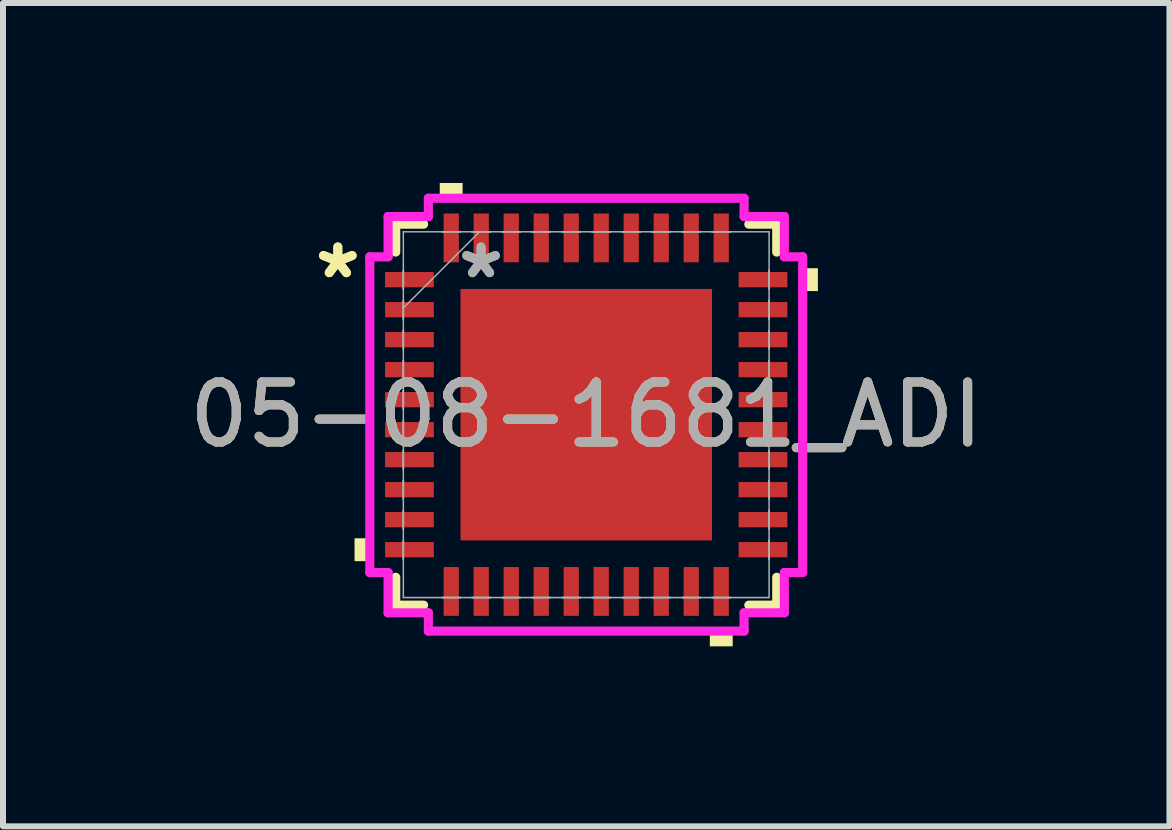
<source format=kicad_pcb>
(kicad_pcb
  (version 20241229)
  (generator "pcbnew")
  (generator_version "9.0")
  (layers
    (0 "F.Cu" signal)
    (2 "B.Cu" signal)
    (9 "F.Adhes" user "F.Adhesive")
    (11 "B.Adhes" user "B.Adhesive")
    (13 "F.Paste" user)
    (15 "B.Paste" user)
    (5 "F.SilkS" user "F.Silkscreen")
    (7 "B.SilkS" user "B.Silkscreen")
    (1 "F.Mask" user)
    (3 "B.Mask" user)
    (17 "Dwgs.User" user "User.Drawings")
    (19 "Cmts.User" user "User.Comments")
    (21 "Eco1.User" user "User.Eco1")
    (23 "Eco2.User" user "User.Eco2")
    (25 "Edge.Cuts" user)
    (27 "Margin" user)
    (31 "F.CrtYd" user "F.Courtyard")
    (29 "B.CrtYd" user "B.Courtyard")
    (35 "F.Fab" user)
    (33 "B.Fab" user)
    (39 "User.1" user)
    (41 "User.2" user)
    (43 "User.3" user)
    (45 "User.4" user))
  (footprint "05-08-1681_ADI"
    (layer "F.Cu")
    (at 6.72 3.861)
    (property "Reference" "05-08-1681_ADI" (at 0 0 0) (unlocked yes) (layer "F.SilkS") (effects (font (size 1 1) (thickness 0.15))))
    (attr smd)
    (fp_line (start -3.175 -3.175) (end -3.175 -2.71) (stroke (width 0.152) (type solid)) (layer "F.SilkS"))
    (fp_line (start -3.175 2.71) (end -3.175 3.175) (stroke (width 0.152) (type solid)) (layer "F.SilkS"))
    (fp_line (start -3.175 3.175) (end -2.71 3.175) (stroke (width 0.152) (type solid)) (layer "F.SilkS"))
    (fp_line (start -2.71 -3.175) (end -3.175 -3.175) (stroke (width 0.152) (type solid)) (layer "F.SilkS"))
    (fp_line (start 2.71 3.175) (end 3.175 3.175) (stroke (width 0.152) (type solid)) (layer "F.SilkS"))
    (fp_line (start 3.175 -3.175) (end 2.71 -3.175) (stroke (width 0.152) (type solid)) (layer "F.SilkS"))
    (fp_line (start 3.175 -2.71) (end 3.175 -3.175) (stroke (width 0.152) (type solid)) (layer "F.SilkS"))
    (fp_line (start 3.175 3.175) (end 3.175 2.71) (stroke (width 0.152) (type solid)) (layer "F.SilkS"))
    (fp_poly (pts (xy -3.861 2.06) (xy -3.861 2.441) (xy -3.607 2.441) (xy -3.607 2.06)) (stroke (width 0) (type solid)) (fill yes) (layer "F.SilkS"))
    (fp_poly (pts (xy -2.441 -3.607) (xy -2.441 -3.861) (xy -2.06 -3.861) (xy -2.06 -3.607)) (stroke (width 0) (type solid)) (fill yes) (layer "F.SilkS"))
    (fp_poly (pts (xy 2.06 3.607) (xy 2.06 3.861) (xy 2.441 3.861) (xy 2.441 3.607)) (stroke (width 0) (type solid)) (fill yes) (layer "F.SilkS"))
    (fp_poly (pts (xy 3.861 -2.441) (xy 3.861 -2.06) (xy 3.607 -2.06) (xy 3.607 -2.441)) (stroke (width 0) (type solid)) (fill yes) (layer "F.SilkS"))
    (fp_line (start -3.607 -2.631) (end -3.302 -2.631) (stroke (width 0.152) (type solid)) (layer "F.CrtYd"))
    (fp_line (start -3.607 2.631) (end -3.607 -2.631) (stroke (width 0.152) (type solid)) (layer "F.CrtYd"))
    (fp_line (start -3.302 -3.302) (end -2.631 -3.302) (stroke (width 0.152) (type solid)) (layer "F.CrtYd"))
    (fp_line (start -3.302 -2.631) (end -3.302 -3.302) (stroke (width 0.152) (type solid)) (layer "F.CrtYd"))
    (fp_line (start -3.302 2.631) (end -3.607 2.631) (stroke (width 0.152) (type solid)) (layer "F.CrtYd"))
    (fp_line (start -3.302 3.302) (end -3.302 2.631) (stroke (width 0.152) (type solid)) (layer "F.CrtYd"))
    (fp_line (start -2.631 -3.607) (end 2.631 -3.607) (stroke (width 0.152) (type solid)) (layer "F.CrtYd"))
    (fp_line (start -2.631 -3.302) (end -2.631 -3.607) (stroke (width 0.152) (type solid)) (layer "F.CrtYd"))
    (fp_line (start -2.631 3.302) (end -3.302 3.302) (stroke (width 0.152) (type solid)) (layer "F.CrtYd"))
    (fp_line (start -2.631 3.607) (end -2.631 3.302) (stroke (width 0.152) (type solid)) (layer "F.CrtYd"))
    (fp_line (start 2.631 -3.607) (end 2.631 -3.302) (stroke (width 0.152) (type solid)) (layer "F.CrtYd"))
    (fp_line (start 2.631 -3.302) (end 3.302 -3.302) (stroke (width 0.152) (type solid)) (layer "F.CrtYd"))
    (fp_line (start 2.631 3.302) (end 2.631 3.607) (stroke (width 0.152) (type solid)) (layer "F.CrtYd"))
    (fp_line (start 2.631 3.607) (end -2.631 3.607) (stroke (width 0.152) (type solid)) (layer "F.CrtYd"))
    (fp_line (start 3.302 -3.302) (end 3.302 -2.631) (stroke (width 0.152) (type solid)) (layer "F.CrtYd"))
    (fp_line (start 3.302 -2.631) (end 3.607 -2.631) (stroke (width 0.152) (type solid)) (layer "F.CrtYd"))
    (fp_line (start 3.302 2.631) (end 3.302 3.302) (stroke (width 0.152) (type solid)) (layer "F.CrtYd"))
    (fp_line (start 3.302 3.302) (end 2.631 3.302) (stroke (width 0.152) (type solid)) (layer "F.CrtYd"))
    (fp_line (start 3.607 -2.631) (end 3.607 2.631) (stroke (width 0.152) (type solid)) (layer "F.CrtYd"))
    (fp_line (start 3.607 2.631) (end 3.302 2.631) (stroke (width 0.152) (type solid)) (layer "F.CrtYd"))
    (fp_line (start -3.048 -3.048) (end -3.048 3.048) (stroke (width 0.025) (type solid)) (layer "F.Fab"))
    (fp_line (start -3.048 -2.402) (end -3.048 -2.402) (stroke (width 0.025) (type solid)) (layer "F.Fab"))
    (fp_line (start -3.048 -2.402) (end -3.048 -2.098) (stroke (width 0.025) (type solid)) (layer "F.Fab"))
    (fp_line (start -3.048 -2.098) (end -3.048 -2.402) (stroke (width 0.025) (type solid)) (layer "F.Fab"))
    (fp_line (start -3.048 -2.098) (end -3.048 -2.098) (stroke (width 0.025) (type solid)) (layer "F.Fab"))
    (fp_line (start -3.048 -1.902) (end -3.048 -1.902) (stroke (width 0.025) (type solid)) (layer "F.Fab"))
    (fp_line (start -3.048 -1.902) (end -3.048 -1.598) (stroke (width 0.025) (type solid)) (layer "F.Fab"))
    (fp_line (start -3.048 -1.778) (end -1.778 -3.048) (stroke (width 0.025) (type solid)) (layer "F.Fab"))
    (fp_line (start -3.048 -1.598) (end -3.048 -1.902) (stroke (width 0.025) (type solid)) (layer "F.Fab"))
    (fp_line (start -3.048 -1.598) (end -3.048 -1.598) (stroke (width 0.025) (type solid)) (layer "F.Fab"))
    (fp_line (start -3.048 -1.402) (end -3.048 -1.402) (stroke (width 0.025) (type solid)) (layer "F.Fab"))
    (fp_line (start -3.048 -1.402) (end -3.048 -1.098) (stroke (width 0.025) (type solid)) (layer "F.Fab"))
    (fp_line (start -3.048 -1.098) (end -3.048 -1.402) (stroke (width 0.025) (type solid)) (layer "F.Fab"))
    (fp_line (start -3.048 -1.098) (end -3.048 -1.098) (stroke (width 0.025) (type solid)) (layer "F.Fab"))
    (fp_line (start -3.048 -0.902) (end -3.048 -0.902) (stroke (width 0.025) (type solid)) (layer "F.Fab"))
    (fp_line (start -3.048 -0.902) (end -3.048 -0.598) (stroke (width 0.025) (type solid)) (layer "F.Fab"))
    (fp_line (start -3.048 -0.598) (end -3.048 -0.902) (stroke (width 0.025) (type solid)) (layer "F.Fab"))
    (fp_line (start -3.048 -0.598) (end -3.048 -0.598) (stroke (width 0.025) (type solid)) (layer "F.Fab"))
    (fp_line (start -3.048 -0.402) (end -3.048 -0.402) (stroke (width 0.025) (type solid)) (layer "F.Fab"))
    (fp_line (start -3.048 -0.402) (end -3.048 -0.098) (stroke (width 0.025) (type solid)) (layer "F.Fab"))
    (fp_line (start -3.048 -0.098) (end -3.048 -0.402) (stroke (width 0.025) (type solid)) (layer "F.Fab"))
    (fp_line (start -3.048 -0.098) (end -3.048 -0.098) (stroke (width 0.025) (type solid)) (layer "F.Fab"))
    (fp_line (start -3.048 0.098) (end -3.048 0.098) (stroke (width 0.025) (type solid)) (layer "F.Fab"))
    (fp_line (start -3.048 0.098) (end -3.048 0.402) (stroke (width 0.025) (type solid)) (layer "F.Fab"))
    (fp_line (start -3.048 0.402) (end -3.048 0.098) (stroke (width 0.025) (type solid)) (layer "F.Fab"))
    (fp_line (start -3.048 0.402) (end -3.048 0.402) (stroke (width 0.025) (type solid)) (layer "F.Fab"))
    (fp_line (start -3.048 0.598) (end -3.048 0.598) (stroke (width 0.025) (type solid)) (layer "F.Fab"))
    (fp_line (start -3.048 0.598) (end -3.048 0.902) (stroke (width 0.025) (type solid)) (layer "F.Fab"))
    (fp_line (start -3.048 0.902) (end -3.048 0.598) (stroke (width 0.025) (type solid)) (layer "F.Fab"))
    (fp_line (start -3.048 0.902) (end -3.048 0.902) (stroke (width 0.025) (type solid)) (layer "F.Fab"))
    (fp_line (start -3.048 1.098) (end -3.048 1.098) (stroke (width 0.025) (type solid)) (layer "F.Fab"))
    (fp_line (start -3.048 1.098) (end -3.048 1.402) (stroke (width 0.025) (type solid)) (layer "F.Fab"))
    (fp_line (start -3.048 1.402) (end -3.048 1.098) (stroke (width 0.025) (type solid)) (layer "F.Fab"))
    (fp_line (start -3.048 1.402) (end -3.048 1.402) (stroke (width 0.025) (type solid)) (layer "F.Fab"))
    (fp_line (start -3.048 1.598) (end -3.048 1.598) (stroke (width 0.025) (type solid)) (layer "F.Fab"))
    (fp_line (start -3.048 1.598) (end -3.048 1.902) (stroke (width 0.025) (type solid)) (layer "F.Fab"))
    (fp_line (start -3.048 1.902) (end -3.048 1.598) (stroke (width 0.025) (type solid)) (layer "F.Fab"))
    (fp_line (start -3.048 1.902) (end -3.048 1.902) (stroke (width 0.025) (type solid)) (layer "F.Fab"))
    (fp_line (start -3.048 2.098) (end -3.048 2.098) (stroke (width 0.025) (type solid)) (layer "F.Fab"))
    (fp_line (start -3.048 2.098) (end -3.048 2.402) (stroke (width 0.025) (type solid)) (layer "F.Fab"))
    (fp_line (start -3.048 2.402) (end -3.048 2.098) (stroke (width 0.025) (type solid)) (layer "F.Fab"))
    (fp_line (start -3.048 2.402) (end -3.048 2.402) (stroke (width 0.025) (type solid)) (layer "F.Fab"))
    (fp_line (start -3.048 3.048) (end 3.048 3.048) (stroke (width 0.025) (type solid)) (layer "F.Fab"))
    (fp_line (start -2.402 -3.048) (end -2.402 -3.048) (stroke (width 0.025) (type solid)) (layer "F.Fab"))
    (fp_line (start -2.402 -3.048) (end -2.098 -3.048) (stroke (width 0.025) (type solid)) (layer "F.Fab"))
    (fp_line (start -2.402 3.048) (end -2.402 3.048) (stroke (width 0.025) (type solid)) (layer "F.Fab"))
    (fp_line (start -2.402 3.048) (end -2.098 3.048) (stroke (width 0.025) (type solid)) (layer "F.Fab"))
    (fp_line (start -2.098 -3.048) (end -2.402 -3.048) (stroke (width 0.025) (type solid)) (layer "F.Fab"))
    (fp_line (start -2.098 -3.048) (end -2.098 -3.048) (stroke (width 0.025) (type solid)) (layer "F.Fab"))
    (fp_line (start -2.098 3.048) (end -2.402 3.048) (stroke (width 0.025) (type solid)) (layer "F.Fab"))
    (fp_line (start -2.098 3.048) (end -2.098 3.048) (stroke (width 0.025) (type solid)) (layer "F.Fab"))
    (fp_line (start -1.902 -3.048) (end -1.902 -3.048) (stroke (width 0.025) (type solid)) (layer "F.Fab"))
    (fp_line (start -1.902 -3.048) (end -1.598 -3.048) (stroke (width 0.025) (type solid)) (layer "F.Fab"))
    (fp_line (start -1.902 3.048) (end -1.902 3.048) (stroke (width 0.025) (type solid)) (layer "F.Fab"))
    (fp_line (start -1.902 3.048) (end -1.598 3.048) (stroke (width 0.025) (type solid)) (layer "F.Fab"))
    (fp_line (start -1.598 -3.048) (end -1.902 -3.048) (stroke (width 0.025) (type solid)) (layer "F.Fab"))
    (fp_line (start -1.598 -3.048) (end -1.598 -3.048) (stroke (width 0.025) (type solid)) (layer "F.Fab"))
    (fp_line (start -1.598 3.048) (end -1.902 3.048) (stroke (width 0.025) (type solid)) (layer "F.Fab"))
    (fp_line (start -1.598 3.048) (end -1.598 3.048) (stroke (width 0.025) (type solid)) (layer "F.Fab"))
    (fp_line (start -1.402 -3.048) (end -1.402 -3.048) (stroke (width 0.025) (type solid)) (layer "F.Fab"))
    (fp_line (start -1.402 -3.048) (end -1.098 -3.048) (stroke (width 0.025) (type solid)) (layer "F.Fab"))
    (fp_line (start -1.402 3.048) (end -1.402 3.048) (stroke (width 0.025) (type solid)) (layer "F.Fab"))
    (fp_line (start -1.402 3.048) (end -1.098 3.048) (stroke (width 0.025) (type solid)) (layer "F.Fab"))
    (fp_line (start -1.098 -3.048) (end -1.402 -3.048) (stroke (width 0.025) (type solid)) (layer "F.Fab"))
    (fp_line (start -1.098 -3.048) (end -1.098 -3.048) (stroke (width 0.025) (type solid)) (layer "F.Fab"))
    (fp_line (start -1.098 3.048) (end -1.402 3.048) (stroke (width 0.025) (type solid)) (layer "F.Fab"))
    (fp_line (start -1.098 3.048) (end -1.098 3.048) (stroke (width 0.025) (type solid)) (layer "F.Fab"))
    (fp_line (start -0.902 -3.048) (end -0.902 -3.048) (stroke (width 0.025) (type solid)) (layer "F.Fab"))
    (fp_line (start -0.902 -3.048) (end -0.598 -3.048) (stroke (width 0.025) (type solid)) (layer "F.Fab"))
    (fp_line (start -0.902 3.048) (end -0.902 3.048) (stroke (width 0.025) (type solid)) (layer "F.Fab"))
    (fp_line (start -0.902 3.048) (end -0.598 3.048) (stroke (width 0.025) (type solid)) (layer "F.Fab"))
    (fp_line (start -0.598 -3.048) (end -0.902 -3.048) (stroke (width 0.025) (type solid)) (layer "F.Fab"))
    (fp_line (start -0.598 -3.048) (end -0.598 -3.048) (stroke (width 0.025) (type solid)) (layer "F.Fab"))
    (fp_line (start -0.598 3.048) (end -0.902 3.048) (stroke (width 0.025) (type solid)) (layer "F.Fab"))
    (fp_line (start -0.598 3.048) (end -0.598 3.048) (stroke (width 0.025) (type solid)) (layer "F.Fab"))
    (fp_line (start -0.402 -3.048) (end -0.402 -3.048) (stroke (width 0.025) (type solid)) (layer "F.Fab"))
    (fp_line (start -0.402 -3.048) (end -0.098 -3.048) (stroke (width 0.025) (type solid)) (layer "F.Fab"))
    (fp_line (start -0.402 3.048) (end -0.402 3.048) (stroke (width 0.025) (type solid)) (layer "F.Fab"))
    (fp_line (start -0.402 3.048) (end -0.098 3.048) (stroke (width 0.025) (type solid)) (layer "F.Fab"))
    (fp_line (start -0.098 -3.048) (end -0.402 -3.048) (stroke (width 0.025) (type solid)) (layer "F.Fab"))
    (fp_line (start -0.098 -3.048) (end -0.098 -3.048) (stroke (width 0.025) (type solid)) (layer "F.Fab"))
    (fp_line (start -0.098 3.048) (end -0.402 3.048) (stroke (width 0.025) (type solid)) (layer "F.Fab"))
    (fp_line (start -0.098 3.048) (end -0.098 3.048) (stroke (width 0.025) (type solid)) (layer "F.Fab"))
    (fp_line (start 0.098 -3.048) (end 0.098 -3.048) (stroke (width 0.025) (type solid)) (layer "F.Fab"))
    (fp_line (start 0.098 -3.048) (end 0.402 -3.048) (stroke (width 0.025) (type solid)) (layer "F.Fab"))
    (fp_line (start 0.098 3.048) (end 0.098 3.048) (stroke (width 0.025) (type solid)) (layer "F.Fab"))
    (fp_line (start 0.098 3.048) (end 0.402 3.048) (stroke (width 0.025) (type solid)) (layer "F.Fab"))
    (fp_line (start 0.402 -3.048) (end 0.098 -3.048) (stroke (width 0.025) (type solid)) (layer "F.Fab"))
    (fp_line (start 0.402 -3.048) (end 0.402 -3.048) (stroke (width 0.025) (type solid)) (layer "F.Fab"))
    (fp_line (start 0.402 3.048) (end 0.098 3.048) (stroke (width 0.025) (type solid)) (layer "F.Fab"))
    (fp_line (start 0.402 3.048) (end 0.402 3.048) (stroke (width 0.025) (type solid)) (layer "F.Fab"))
    (fp_line (start 0.598 -3.048) (end 0.598 -3.048) (stroke (width 0.025) (type solid)) (layer "F.Fab"))
    (fp_line (start 0.598 -3.048) (end 0.902 -3.048) (stroke (width 0.025) (type solid)) (layer "F.Fab"))
    (fp_line (start 0.598 3.048) (end 0.598 3.048) (stroke (width 0.025) (type solid)) (layer "F.Fab"))
    (fp_line (start 0.598 3.048) (end 0.902 3.048) (stroke (width 0.025) (type solid)) (layer "F.Fab"))
    (fp_line (start 0.902 -3.048) (end 0.598 -3.048) (stroke (width 0.025) (type solid)) (layer "F.Fab"))
    (fp_line (start 0.902 -3.048) (end 0.902 -3.048) (stroke (width 0.025) (type solid)) (layer "F.Fab"))
    (fp_line (start 0.902 3.048) (end 0.598 3.048) (stroke (width 0.025) (type solid)) (layer "F.Fab"))
    (fp_line (start 0.902 3.048) (end 0.902 3.048) (stroke (width 0.025) (type solid)) (layer "F.Fab"))
    (fp_line (start 1.098 -3.048) (end 1.098 -3.048) (stroke (width 0.025) (type solid)) (layer "F.Fab"))
    (fp_line (start 1.098 -3.048) (end 1.402 -3.048) (stroke (width 0.025) (type solid)) (layer "F.Fab"))
    (fp_line (start 1.098 3.048) (end 1.098 3.048) (stroke (width 0.025) (type solid)) (layer "F.Fab"))
    (fp_line (start 1.098 3.048) (end 1.402 3.048) (stroke (width 0.025) (type solid)) (layer "F.Fab"))
    (fp_line (start 1.402 -3.048) (end 1.098 -3.048) (stroke (width 0.025) (type solid)) (layer "F.Fab"))
    (fp_line (start 1.402 -3.048) (end 1.402 -3.048) (stroke (width 0.025) (type solid)) (layer "F.Fab"))
    (fp_line (start 1.402 3.048) (end 1.098 3.048) (stroke (width 0.025) (type solid)) (layer "F.Fab"))
    (fp_line (start 1.402 3.048) (end 1.402 3.048) (stroke (width 0.025) (type solid)) (layer "F.Fab"))
    (fp_line (start 1.598 -3.048) (end 1.598 -3.048) (stroke (width 0.025) (type solid)) (layer "F.Fab"))
    (fp_line (start 1.598 -3.048) (end 1.902 -3.048) (stroke (width 0.025) (type solid)) (layer "F.Fab"))
    (fp_line (start 1.598 3.048) (end 1.598 3.048) (stroke (width 0.025) (type solid)) (layer "F.Fab"))
    (fp_line (start 1.598 3.048) (end 1.902 3.048) (stroke (width 0.025) (type solid)) (layer "F.Fab"))
    (fp_line (start 1.902 -3.048) (end 1.598 -3.048) (stroke (width 0.025) (type solid)) (layer "F.Fab"))
    (fp_line (start 1.902 -3.048) (end 1.902 -3.048) (stroke (width 0.025) (type solid)) (layer "F.Fab"))
    (fp_line (start 1.902 3.048) (end 1.598 3.048) (stroke (width 0.025) (type solid)) (layer "F.Fab"))
    (fp_line (start 1.902 3.048) (end 1.902 3.048) (stroke (width 0.025) (type solid)) (layer "F.Fab"))
    (fp_line (start 2.098 -3.048) (end 2.098 -3.048) (stroke (width 0.025) (type solid)) (layer "F.Fab"))
    (fp_line (start 2.098 -3.048) (end 2.402 -3.048) (stroke (width 0.025) (type solid)) (layer "F.Fab"))
    (fp_line (start 2.098 3.048) (end 2.098 3.048) (stroke (width 0.025) (type solid)) (layer "F.Fab"))
    (fp_line (start 2.098 3.048) (end 2.402 3.048) (stroke (width 0.025) (type solid)) (layer "F.Fab"))
    (fp_line (start 2.402 -3.048) (end 2.098 -3.048) (stroke (width 0.025) (type solid)) (layer "F.Fab"))
    (fp_line (start 2.402 -3.048) (end 2.402 -3.048) (stroke (width 0.025) (type solid)) (layer "F.Fab"))
    (fp_line (start 2.402 3.048) (end 2.098 3.048) (stroke (width 0.025) (type solid)) (layer "F.Fab"))
    (fp_line (start 2.402 3.048) (end 2.402 3.048) (stroke (width 0.025) (type solid)) (layer "F.Fab"))
    (fp_line (start 3.048 -3.048) (end -3.048 -3.048) (stroke (width 0.025) (type solid)) (layer "F.Fab"))
    (fp_line (start 3.048 -2.402) (end 3.048 -2.402) (stroke (width 0.025) (type solid)) (layer "F.Fab"))
    (fp_line (start 3.048 -2.402) (end 3.048 -2.098) (stroke (width 0.025) (type solid)) (layer "F.Fab"))
    (fp_line (start 3.048 -2.098) (end 3.048 -2.402) (stroke (width 0.025) (type solid)) (layer "F.Fab"))
    (fp_line (start 3.048 -2.098) (end 3.048 -2.098) (stroke (width 0.025) (type solid)) (layer "F.Fab"))
    (fp_line (start 3.048 -1.902) (end 3.048 -1.902) (stroke (width 0.025) (type solid)) (layer "F.Fab"))
    (fp_line (start 3.048 -1.902) (end 3.048 -1.598) (stroke (width 0.025) (type solid)) (layer "F.Fab"))
    (fp_line (start 3.048 -1.598) (end 3.048 -1.902) (stroke (width 0.025) (type solid)) (layer "F.Fab"))
    (fp_line (start 3.048 -1.598) (end 3.048 -1.598) (stroke (width 0.025) (type solid)) (layer "F.Fab"))
    (fp_line (start 3.048 -1.402) (end 3.048 -1.402) (stroke (width 0.025) (type solid)) (layer "F.Fab"))
    (fp_line (start 3.048 -1.402) (end 3.048 -1.098) (stroke (width 0.025) (type solid)) (layer "F.Fab"))
    (fp_line (start 3.048 -1.098) (end 3.048 -1.402) (stroke (width 0.025) (type solid)) (layer "F.Fab"))
    (fp_line (start 3.048 -1.098) (end 3.048 -1.098) (stroke (width 0.025) (type solid)) (layer "F.Fab"))
    (fp_line (start 3.048 -0.902) (end 3.048 -0.902) (stroke (width 0.025) (type solid)) (layer "F.Fab"))
    (fp_line (start 3.048 -0.902) (end 3.048 -0.598) (stroke (width 0.025) (type solid)) (layer "F.Fab"))
    (fp_line (start 3.048 -0.598) (end 3.048 -0.902) (stroke (width 0.025) (type solid)) (layer "F.Fab"))
    (fp_line (start 3.048 -0.598) (end 3.048 -0.598) (stroke (width 0.025) (type solid)) (layer "F.Fab"))
    (fp_line (start 3.048 -0.402) (end 3.048 -0.402) (stroke (width 0.025) (type solid)) (layer "F.Fab"))
    (fp_line (start 3.048 -0.402) (end 3.048 -0.098) (stroke (width 0.025) (type solid)) (layer "F.Fab"))
    (fp_line (start 3.048 -0.098) (end 3.048 -0.402) (stroke (width 0.025) (type solid)) (layer "F.Fab"))
    (fp_line (start 3.048 -0.098) (end 3.048 -0.098) (stroke (width 0.025) (type solid)) (layer "F.Fab"))
    (fp_line (start 3.048 0.098) (end 3.048 0.098) (stroke (width 0.025) (type solid)) (layer "F.Fab"))
    (fp_line (start 3.048 0.098) (end 3.048 0.402) (stroke (width 0.025) (type solid)) (layer "F.Fab"))
    (fp_line (start 3.048 0.402) (end 3.048 0.098) (stroke (width 0.025) (type solid)) (layer "F.Fab"))
    (fp_line (start 3.048 0.402) (end 3.048 0.402) (stroke (width 0.025) (type solid)) (layer "F.Fab"))
    (fp_line (start 3.048 0.598) (end 3.048 0.598) (stroke (width 0.025) (type solid)) (layer "F.Fab"))
    (fp_line (start 3.048 0.598) (end 3.048 0.902) (stroke (width 0.025) (type solid)) (layer "F.Fab"))
    (fp_line (start 3.048 0.902) (end 3.048 0.598) (stroke (width 0.025) (type solid)) (layer "F.Fab"))
    (fp_line (start 3.048 0.902) (end 3.048 0.902) (stroke (width 0.025) (type solid)) (layer "F.Fab"))
    (fp_line (start 3.048 1.098) (end 3.048 1.098) (stroke (width 0.025) (type solid)) (layer "F.Fab"))
    (fp_line (start 3.048 1.098) (end 3.048 1.402) (stroke (width 0.025) (type solid)) (layer "F.Fab"))
    (fp_line (start 3.048 1.402) (end 3.048 1.098) (stroke (width 0.025) (type solid)) (layer "F.Fab"))
    (fp_line (start 3.048 1.402) (end 3.048 1.402) (stroke (width 0.025) (type solid)) (layer "F.Fab"))
    (fp_line (start 3.048 1.598) (end 3.048 1.598) (stroke (width 0.025) (type solid)) (layer "F.Fab"))
    (fp_line (start 3.048 1.598) (end 3.048 1.902) (stroke (width 0.025) (type solid)) (layer "F.Fab"))
    (fp_line (start 3.048 1.902) (end 3.048 1.598) (stroke (width 0.025) (type solid)) (layer "F.Fab"))
    (fp_line (start 3.048 1.902) (end 3.048 1.902) (stroke (width 0.025) (type solid)) (layer "F.Fab"))
    (fp_line (start 3.048 2.098) (end 3.048 2.098) (stroke (width 0.025) (type solid)) (layer "F.Fab"))
    (fp_line (start 3.048 2.098) (end 3.048 2.402) (stroke (width 0.025) (type solid)) (layer "F.Fab"))
    (fp_line (start 3.048 2.402) (end 3.048 2.098) (stroke (width 0.025) (type solid)) (layer "F.Fab"))
    (fp_line (start 3.048 2.402) (end 3.048 2.402) (stroke (width 0.025) (type solid)) (layer "F.Fab"))
    (fp_line (start 3.048 3.048) (end 3.048 -3.048) (stroke (width 0.025) (type solid)) (layer "F.Fab"))
    (fp_text user "*" (at -4.14 -2.25 0) (layer "F.SilkS") (effects (font (size 1 1) (thickness 0.15))))
    (fp_text user "*" (at -4.14 -2.25 0) (unlocked yes) (layer "F.SilkS") (effects (font (size 1 1) (thickness 0.15))))
    (fp_text user "*" (at -1.753 -2.25 0) (layer "F.Fab") (effects (font (size 1 1) (thickness 0.15))))
    (fp_text user "*" (at -1.753 -2.25 0) (unlocked yes) (layer "F.Fab") (effects (font (size 1 1) (thickness 0.15))))
    (fp_text user "${REFERENCE}" (at 0 0 0) (unlocked yes) (layer "F.Fab") (effects (font (size 1 1) (thickness 0.15))))
    (pad "1" smd rect (at -2.946 -2.25 90) (size 0.254 0.813) (layers "F.Cu" "F.Mask" "F.Paste"))
    (pad "2" smd rect (at -2.946 -1.75 90) (size 0.254 0.813) (layers "F.Cu" "F.Mask" "F.Paste"))
    (pad "3" smd rect (at -2.946 -1.25 90) (size 0.254 0.813) (layers "F.Cu" "F.Mask" "F.Paste"))
    (pad "4" smd rect (at -2.946 -0.75 90) (size 0.254 0.813) (layers "F.Cu" "F.Mask" "F.Paste"))
    (pad "5" smd rect (at -2.946 -0.25 90) (size 0.254 0.813) (layers "F.Cu" "F.Mask" "F.Paste"))
    (pad "6" smd rect (at -2.946 0.25 90) (size 0.254 0.813) (layers "F.Cu" "F.Mask" "F.Paste"))
    (pad "7" smd rect (at -2.946 0.75 90) (size 0.254 0.813) (layers "F.Cu" "F.Mask" "F.Paste"))
    (pad "8" smd rect (at -2.946 1.25 90) (size 0.254 0.813) (layers "F.Cu" "F.Mask" "F.Paste"))
    (pad "9" smd rect (at -2.946 1.75 90) (size 0.254 0.813) (layers "F.Cu" "F.Mask" "F.Paste"))
    (pad "10" smd rect (at -2.946 2.25 90) (size 0.254 0.813) (layers "F.Cu" "F.Mask" "F.Paste"))
    (pad "11" smd rect (at -2.25 2.946) (size 0.254 0.813) (layers "F.Cu" "F.Mask" "F.Paste"))
    (pad "12" smd rect (at -1.75 2.946) (size 0.254 0.813) (layers "F.Cu" "F.Mask" "F.Paste"))
    (pad "13" smd rect (at -1.25 2.946) (size 0.254 0.813) (layers "F.Cu" "F.Mask" "F.Paste"))
    (pad "14" smd rect (at -0.75 2.946) (size 0.254 0.813) (layers "F.Cu" "F.Mask" "F.Paste"))
    (pad "15" smd rect (at -0.25 2.946) (size 0.254 0.813) (layers "F.Cu" "F.Mask" "F.Paste"))
    (pad "16" smd rect (at 0.25 2.946) (size 0.254 0.813) (layers "F.Cu" "F.Mask" "F.Paste"))
    (pad "17" smd rect (at 0.75 2.946) (size 0.254 0.813) (layers "F.Cu" "F.Mask" "F.Paste"))
    (pad "18" smd rect (at 1.25 2.946) (size 0.254 0.813) (layers "F.Cu" "F.Mask" "F.Paste"))
    (pad "19" smd rect (at 1.75 2.946) (size 0.254 0.813) (layers "F.Cu" "F.Mask" "F.Paste"))
    (pad "20" smd rect (at 2.25 2.946) (size 0.254 0.813) (layers "F.Cu" "F.Mask" "F.Paste"))
    (pad "21" smd rect (at 2.946 2.25 90) (size 0.254 0.813) (layers "F.Cu" "F.Mask" "F.Paste"))
    (pad "22" smd rect (at 2.946 1.75 90) (size 0.254 0.813) (layers "F.Cu" "F.Mask" "F.Paste"))
    (pad "23" smd rect (at 2.946 1.25 90) (size 0.254 0.813) (layers "F.Cu" "F.Mask" "F.Paste"))
    (pad "24" smd rect (at 2.946 0.75 90) (size 0.254 0.813) (layers "F.Cu" "F.Mask" "F.Paste"))
    (pad "25" smd rect (at 2.946 0.25 90) (size 0.254 0.813) (layers "F.Cu" "F.Mask" "F.Paste"))
    (pad "26" smd rect (at 2.946 -0.25 90) (size 0.254 0.813) (layers "F.Cu" "F.Mask" "F.Paste"))
    (pad "27" smd rect (at 2.946 -0.75 90) (size 0.254 0.813) (layers "F.Cu" "F.Mask" "F.Paste"))
    (pad "28" smd rect (at 2.946 -1.25 90) (size 0.254 0.813) (layers "F.Cu" "F.Mask" "F.Paste"))
    (pad "29" smd rect (at 2.946 -1.75 90) (size 0.254 0.813) (layers "F.Cu" "F.Mask" "F.Paste"))
    (pad "30" smd rect (at 2.946 -2.25 90) (size 0.254 0.813) (layers "F.Cu" "F.Mask" "F.Paste"))
    (pad "31" smd rect (at 2.25 -2.946) (size 0.254 0.813) (layers "F.Cu" "F.Mask" "F.Paste"))
    (pad "32" smd rect (at 1.75 -2.946) (size 0.254 0.813) (layers "F.Cu" "F.Mask" "F.Paste"))
    (pad "33" smd rect (at 1.25 -2.946) (size 0.254 0.813) (layers "F.Cu" "F.Mask" "F.Paste"))
    (pad "34" smd rect (at 0.75 -2.946) (size 0.254 0.813) (layers "F.Cu" "F.Mask" "F.Paste"))
    (pad "35" smd rect (at 0.25 -2.946) (size 0.254 0.813) (layers "F.Cu" "F.Mask" "F.Paste"))
    (pad "36" smd rect (at -0.25 -2.946) (size 0.254 0.813) (layers "F.Cu" "F.Mask" "F.Paste"))
    (pad "37" smd rect (at -0.75 -2.946) (size 0.254 0.813) (layers "F.Cu" "F.Mask" "F.Paste"))
    (pad "38" smd rect (at -1.25 -2.946) (size 0.254 0.813) (layers "F.Cu" "F.Mask" "F.Paste"))
    (pad "39" smd rect (at -1.75 -2.946) (size 0.254 0.813) (layers "F.Cu" "F.Mask" "F.Paste"))
    (pad "40" smd rect (at -2.25 -2.946) (size 0.254 0.813) (layers "F.Cu" "F.Mask" "F.Paste"))
    (pad "41" smd rect (at 0 0) (size 4.191 4.191) (layers "F.Cu" "F.Mask" "F.Paste")))
  (gr_rect
    (start -3 -3)
    (end 16.44 10.722)
    (stroke (width 0.1) (type default))
    (fill no)
    (layer "Edge.Cuts")))
</source>
